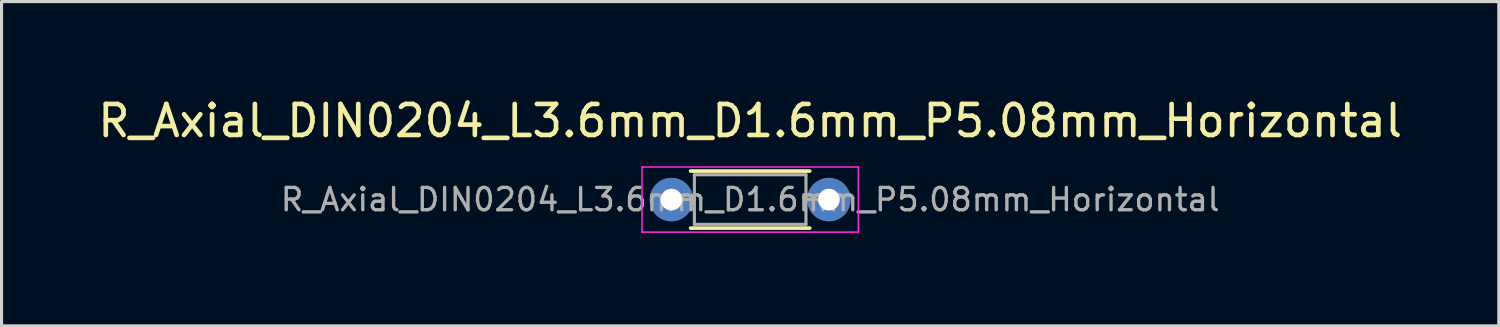
<source format=kicad_pcb>
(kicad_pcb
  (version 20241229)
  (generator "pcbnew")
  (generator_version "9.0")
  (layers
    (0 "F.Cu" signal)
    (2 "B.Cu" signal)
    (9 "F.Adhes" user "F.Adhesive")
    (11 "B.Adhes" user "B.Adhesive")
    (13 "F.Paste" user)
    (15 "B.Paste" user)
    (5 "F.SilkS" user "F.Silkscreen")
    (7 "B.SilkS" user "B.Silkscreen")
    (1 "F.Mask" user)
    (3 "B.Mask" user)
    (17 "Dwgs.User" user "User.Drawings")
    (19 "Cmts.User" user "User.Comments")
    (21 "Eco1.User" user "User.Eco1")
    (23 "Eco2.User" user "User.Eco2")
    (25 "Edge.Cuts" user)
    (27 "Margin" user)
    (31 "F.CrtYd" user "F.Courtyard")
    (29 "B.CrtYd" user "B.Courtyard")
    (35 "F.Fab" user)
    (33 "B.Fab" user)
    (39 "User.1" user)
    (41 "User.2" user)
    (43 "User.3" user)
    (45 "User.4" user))
  (footprint "R_Axial_DIN0204_L3.6mm_D1.6mm_P5.08mm_Horizontal"
    (layer "F.Cu")
    (at 18.609 3.388)
    (property "Reference" "R_Axial_DIN0204_L3.6mm_D1.6mm_P5.08mm_Horizontal" (at 2.54 -2.54 0) (layer "F.SilkS") (effects (font (size 1 1) (thickness 0.15))))
    (attr through_hole)
    (fp_line (start 0.62 -0.92) (end 4.46 -0.92) (stroke (width 0.12) (type solid)) (layer "F.SilkS"))
    (fp_line (start 0.62 0.92) (end 4.46 0.92) (stroke (width 0.12) (type solid)) (layer "F.SilkS"))
    (fp_line (start -0.95 -1.05) (end -0.95 1.05) (stroke (width 0.05) (type solid)) (layer "F.CrtYd"))
    (fp_line (start -0.95 1.05) (end 6.03 1.05) (stroke (width 0.05) (type solid)) (layer "F.CrtYd"))
    (fp_line (start 6.03 -1.05) (end -0.95 -1.05) (stroke (width 0.05) (type solid)) (layer "F.CrtYd"))
    (fp_line (start 6.03 1.05) (end 6.03 -1.05) (stroke (width 0.05) (type solid)) (layer "F.CrtYd"))
    (fp_line (start 0 0) (end 0.74 0) (stroke (width 0.1) (type solid)) (layer "F.Fab"))
    (fp_line (start 0.74 -0.8) (end 0.74 0.8) (stroke (width 0.1) (type solid)) (layer "F.Fab"))
    (fp_line (start 0.74 0.8) (end 4.34 0.8) (stroke (width 0.1) (type solid)) (layer "F.Fab"))
    (fp_line (start 4.34 -0.8) (end 0.74 -0.8) (stroke (width 0.1) (type solid)) (layer "F.Fab"))
    (fp_line (start 4.34 0.8) (end 4.34 -0.8) (stroke (width 0.1) (type solid)) (layer "F.Fab"))
    (fp_line (start 5.08 0) (end 4.34 0) (stroke (width 0.1) (type solid)) (layer "F.Fab"))
    (fp_text user "${REFERENCE}" (at 2.54 0 0) (layer "F.Fab") (effects (font (size 0.72 0.72) (thickness 0.108))))
    (pad "1" thru_hole circle (at 0 0) (size 1.4 1.4) (drill 0.7) (layers "*.Cu" "*.Mask"))
    (pad "2" thru_hole oval (at 5.08 0) (size 1.4 1.4) (drill 0.7) (layers "*.Cu" "*.Mask")))
  (gr_rect
    (start -3 -3)
    (end 45.298 7.463)
    (stroke (width 0.1) (type default))
    (fill no)
    (layer "Edge.Cuts")))
</source>
